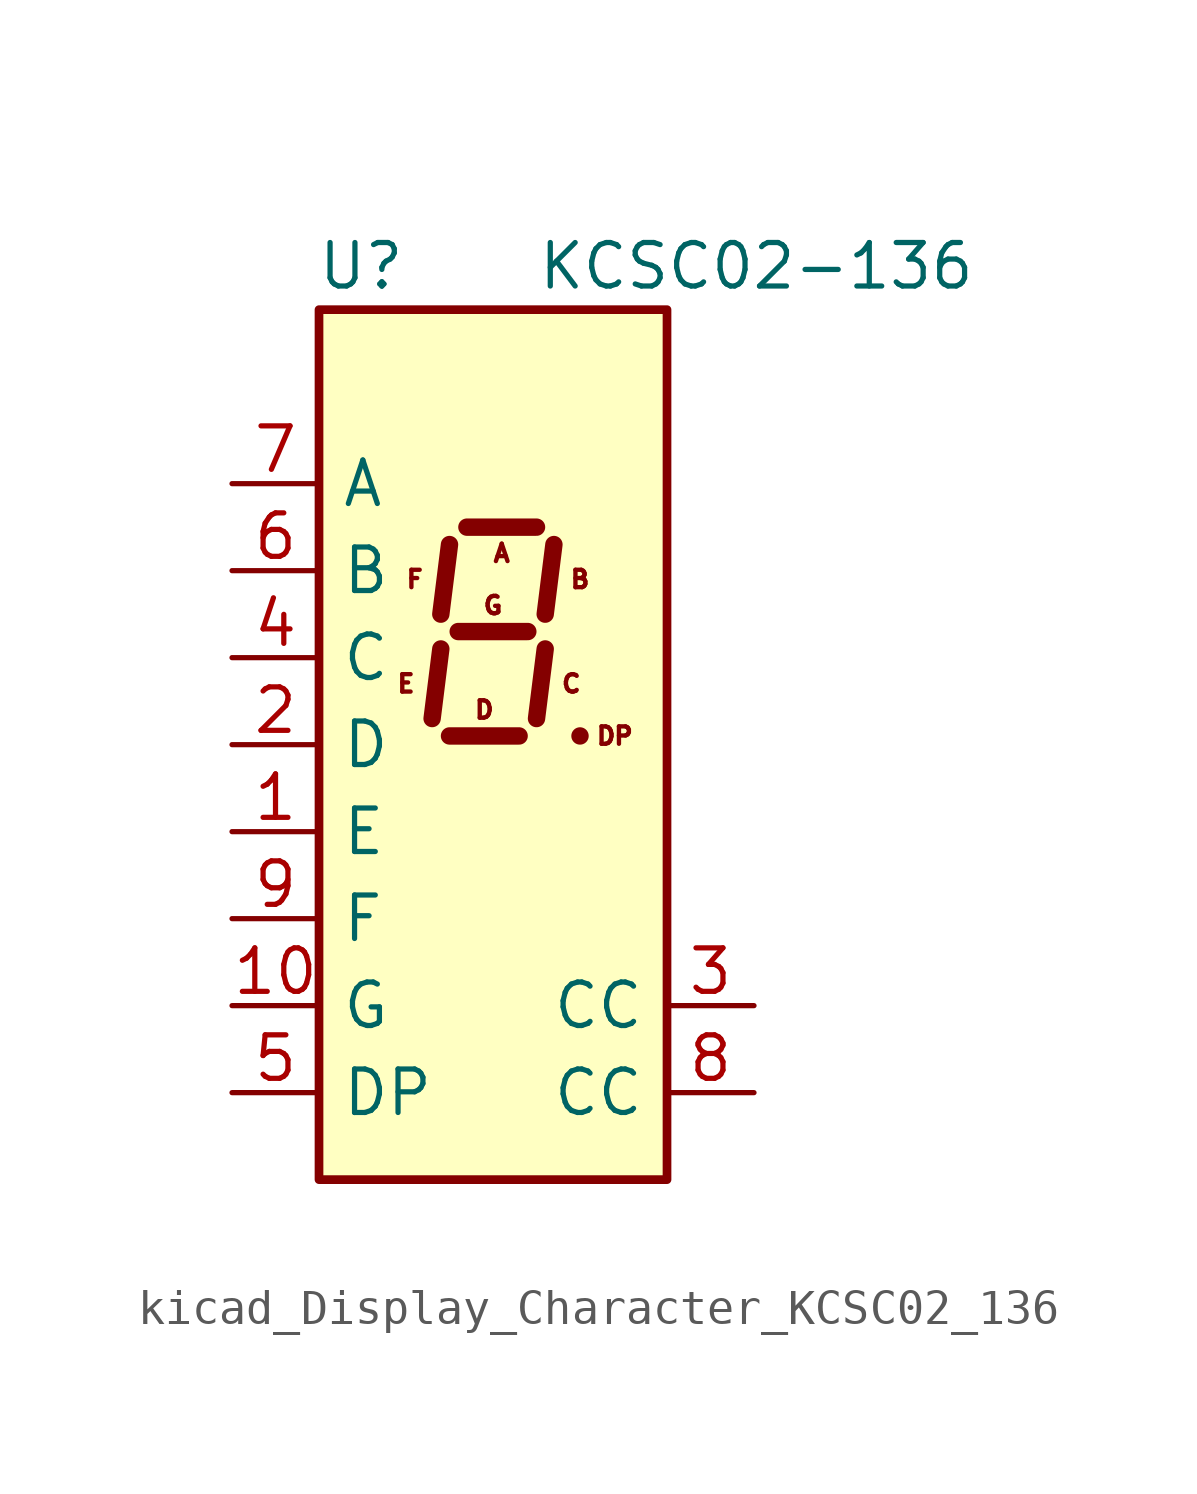
<source format=kicad_sym>
(kicad_symbol_lib
  (version 20220914)
  (generator kicad_symbol_editor)
  (symbol "kicad_Display_Character_KCSC02_136"
    (pin_names
      (offset 0.635))
    (property "Reference" "U"
      (at -2.54 13.97 0)
      (effects (font (size 1.27 1.27)) (justify right)))
    (property "Value" "KCSC02-136"
      (at 1.27 13.97 0)
      (effects (font (size 1.27 1.27)) (justify left)))
    (symbol "kicad_Display_Character_KCSC02_136_0_0"
      (text "A" (at 0.254 5.588 0) (effects (font (size 0.508 0.508))))
      (text "B" (at 2.54 4.826 0) (effects (font (size 0.508 0.508))))
      (text "C" (at 2.286 1.778 0) (effects (font (size 0.508 0.508))))
      (text "D" (at -0.254 1.016 0) (effects (font (size 0.508 0.508))))
      (text "DP" (at 3.556 0.254 0) (effects (font (size 0.508 0.508))))
      (text "E" (at -2.54 1.778 0) (effects (font (size 0.508 0.508))))
      (text "F" (at -2.286 4.826 0) (effects (font (size 0.508 0.508))))
      (text "G" (at 0 4.064 0) (effects (font (size 0.508 0.508)))))
    (symbol "kicad_Display_Character_KCSC02_136_0_1"
      (rectangle (start -5.08 12.7) (end 5.08 -12.7) (stroke (width 0.254) (type default)) (fill (type background)))
      (polyline (pts (xy -1.524 2.794) (xy -1.778 0.762)) (stroke (width 0.508) (type default)) (fill (type none)))
      (polyline (pts (xy -1.27 0.254) (xy 0.762 0.254)) (stroke (width 0.508) (type default)) (fill (type none)))
      (polyline (pts (xy -1.27 5.842) (xy -1.524 3.81)) (stroke (width 0.508) (type default)) (fill (type none)))
      (polyline (pts (xy -1.016 3.302) (xy 1.016 3.302)) (stroke (width 0.508) (type default)) (fill (type none)))
      (polyline (pts (xy -0.762 6.35) (xy 1.27 6.35)) (stroke (width 0.508) (type default)) (fill (type none)))
      (polyline (pts (xy 1.524 2.794) (xy 1.27 0.762)) (stroke (width 0.508) (type default)) (fill (type none)))
      (polyline (pts (xy 1.778 5.842) (xy 1.524 3.81)) (stroke (width 0.508) (type default)) (fill (type none)))
      (polyline (pts (xy 2.54 0.254) (xy 2.54 0.254)) (stroke (width 0.508) (type default)) (fill (type none))))
    (symbol "kicad_Display_Character_KCSC02_136_1_1"
      (pin input line (at -7.62 -2.54 0) (length 2.54) (name "E" (effects (font (size 1.27 1.27)))) (number "1" (effects (font (size 1.27 1.27)))))
      (pin input line (at -7.62 -7.62 0) (length 2.54) (name "G" (effects (font (size 1.27 1.27)))) (number "10" (effects (font (size 1.27 1.27)))))
      (pin input line (at -7.62 0 0) (length 2.54) (name "D" (effects (font (size 1.27 1.27)))) (number "2" (effects (font (size 1.27 1.27)))))
      (pin input line (at 7.62 -7.62 180) (length 2.54) (name "CC" (effects (font (size 1.27 1.27)))) (number "3" (effects (font (size 1.27 1.27)))))
      (pin input line (at -7.62 2.54 0) (length 2.54) (name "C" (effects (font (size 1.27 1.27)))) (number "4" (effects (font (size 1.27 1.27)))))
      (pin input line (at -7.62 -10.16 0) (length 2.54) (name "DP" (effects (font (size 1.27 1.27)))) (number "5" (effects (font (size 1.27 1.27)))))
      (pin input line (at -7.62 5.08 0) (length 2.54) (name "B" (effects (font (size 1.27 1.27)))) (number "6" (effects (font (size 1.27 1.27)))))
      (pin input line (at -7.62 7.62 0) (length 2.54) (name "A" (effects (font (size 1.27 1.27)))) (number "7" (effects (font (size 1.27 1.27)))))
      (pin input line (at 7.62 -10.16 180) (length 2.54) (name "CC" (effects (font (size 1.27 1.27)))) (number "8" (effects (font (size 1.27 1.27)))))
      (pin input line (at -7.62 -5.08 0) (length 2.54) (name "F" (effects (font (size 1.27 1.27)))) (number "9" (effects (font (size 1.27 1.27))))))))
</source>
